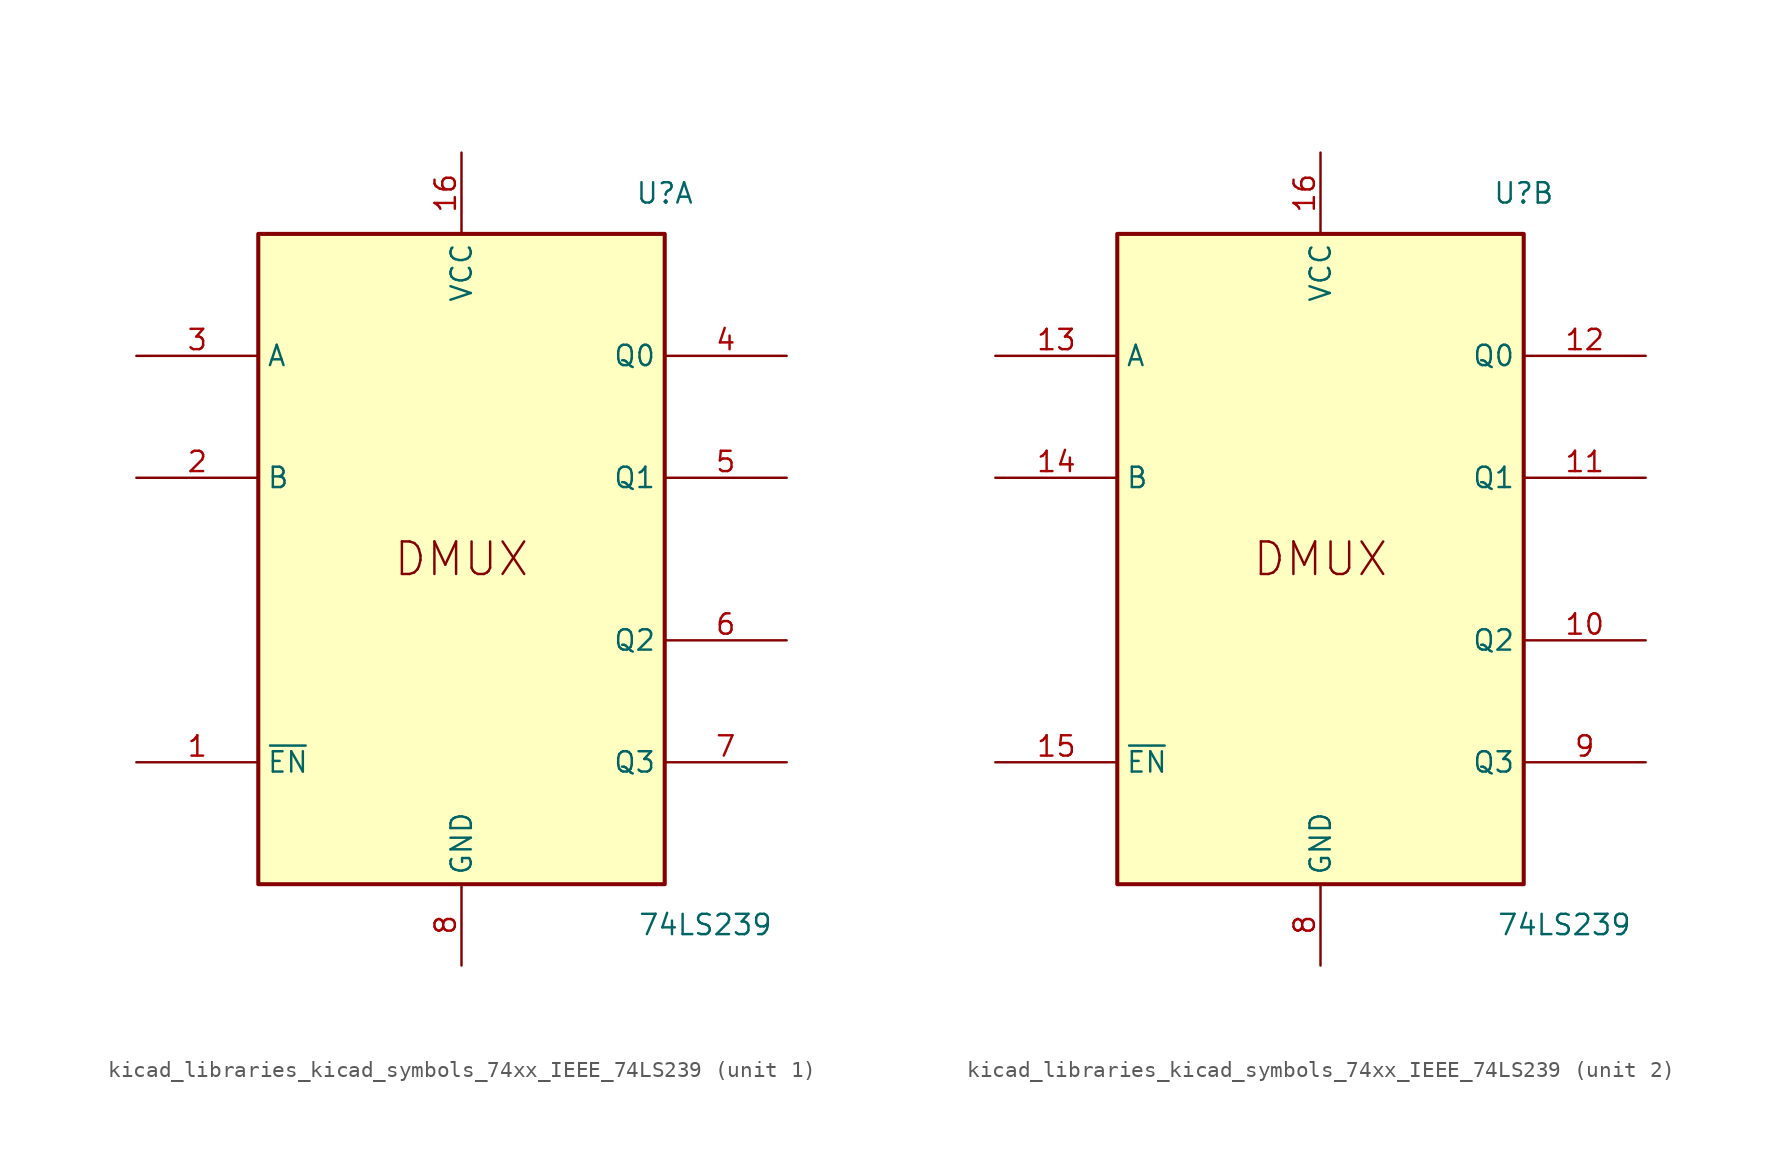
<source format=kicad_sym>
(kicad_symbol_lib
  (version 20220914)
  (generator kicad_symbol_editor)
  (symbol "kicad_libraries_kicad_symbols_74xx_IEEE_74LS239"
    (property "Reference" "U"
      (at 12.7 22.86 0)
      (effects (font (size 1.27 1.27))))
    (property "Value" "74LS239"
      (at 15.24 -22.86 0)
      (effects (font (size 1.27 1.27))))
    (symbol "kicad_libraries_kicad_symbols_74xx_IEEE_74LS239_0_0"
      (rectangle (start -12.7 20.32) (end 12.7 -20.32) (stroke (width 0.254) (type default)) (fill (type background)))
      (text "DMUX" (at 0 0 0) (effects (font (size 2.032 2.032))))
      (pin power_in line (at 0 25.4 270) (length 5.08) (name "VCC" (effects (font (size 1.27 1.27)))) (number "16" (effects (font (size 1.27 1.27)))))
      (pin power_in line (at 0 -25.4 90) (length 5.08) (name "GND" (effects (font (size 1.27 1.27)))) (number "8" (effects (font (size 1.27 1.27))))))
    (symbol "kicad_libraries_kicad_symbols_74xx_IEEE_74LS239_1_1"
      (pin input line (at -20.32 -12.7 0) (length 7.62) (name "~{EN}" (effects (font (size 1.27 1.27)))) (number "1" (effects (font (size 1.27 1.27)))))
      (pin input line (at -20.32 5.08 0) (length 7.62) (name "B" (effects (font (size 1.27 1.27)))) (number "2" (effects (font (size 1.27 1.27)))))
      (pin input line (at -20.32 12.7 0) (length 7.62) (name "A" (effects (font (size 1.27 1.27)))) (number "3" (effects (font (size 1.27 1.27)))))
      (pin output line (at 20.32 12.7 180) (length 7.62) (name "Q0" (effects (font (size 1.27 1.27)))) (number "4" (effects (font (size 1.27 1.27)))))
      (pin output line (at 20.32 5.08 180) (length 7.62) (name "Q1" (effects (font (size 1.27 1.27)))) (number "5" (effects (font (size 1.27 1.27)))))
      (pin output line (at 20.32 -5.08 180) (length 7.62) (name "Q2" (effects (font (size 1.27 1.27)))) (number "6" (effects (font (size 1.27 1.27)))))
      (pin output line (at 20.32 -12.7 180) (length 7.62) (name "Q3" (effects (font (size 1.27 1.27)))) (number "7" (effects (font (size 1.27 1.27))))))
    (symbol "kicad_libraries_kicad_symbols_74xx_IEEE_74LS239_2_1"
      (pin output line (at 20.32 -5.08 180) (length 7.62) (name "Q2" (effects (font (size 1.27 1.27)))) (number "10" (effects (font (size 1.27 1.27)))))
      (pin output line (at 20.32 5.08 180) (length 7.62) (name "Q1" (effects (font (size 1.27 1.27)))) (number "11" (effects (font (size 1.27 1.27)))))
      (pin output line (at 20.32 12.7 180) (length 7.62) (name "Q0" (effects (font (size 1.27 1.27)))) (number "12" (effects (font (size 1.27 1.27)))))
      (pin input line (at -20.32 12.7 0) (length 7.62) (name "A" (effects (font (size 1.27 1.27)))) (number "13" (effects (font (size 1.27 1.27)))))
      (pin input line (at -20.32 5.08 0) (length 7.62) (name "B" (effects (font (size 1.27 1.27)))) (number "14" (effects (font (size 1.27 1.27)))))
      (pin input line (at -20.32 -12.7 0) (length 7.62) (name "~{EN}" (effects (font (size 1.27 1.27)))) (number "15" (effects (font (size 1.27 1.27)))))
      (pin output line (at 20.32 -12.7 180) (length 7.62) (name "Q3" (effects (font (size 1.27 1.27)))) (number "9" (effects (font (size 1.27 1.27))))))))
</source>
